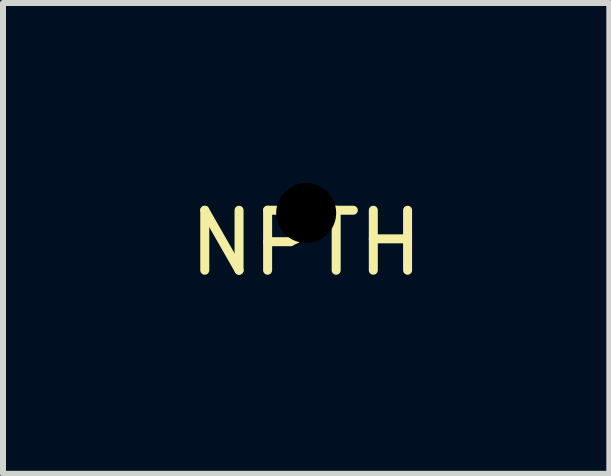
<source format=kicad_pcb>
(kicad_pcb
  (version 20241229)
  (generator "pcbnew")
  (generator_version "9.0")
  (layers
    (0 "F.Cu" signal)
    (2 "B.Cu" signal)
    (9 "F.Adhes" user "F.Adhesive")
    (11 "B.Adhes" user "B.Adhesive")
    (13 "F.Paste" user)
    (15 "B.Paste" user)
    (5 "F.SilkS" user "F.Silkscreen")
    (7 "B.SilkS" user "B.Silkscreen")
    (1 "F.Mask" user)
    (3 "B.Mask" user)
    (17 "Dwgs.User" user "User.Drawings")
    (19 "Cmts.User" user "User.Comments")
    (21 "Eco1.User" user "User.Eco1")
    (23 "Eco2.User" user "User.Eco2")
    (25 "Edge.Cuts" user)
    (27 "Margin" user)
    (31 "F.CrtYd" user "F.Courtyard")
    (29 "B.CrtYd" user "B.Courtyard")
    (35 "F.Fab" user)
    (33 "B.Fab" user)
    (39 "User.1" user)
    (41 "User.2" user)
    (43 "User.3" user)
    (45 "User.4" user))
  (footprint "NPTH"
    (layer "F.Cu")
    (at 2.054 0.5)
    (property "Reference" "NPTH" (at 0 0.5 0) (layer "F.SilkS") (effects (font (size 1 1) (thickness 0.15))))
    (attr through_hole)
    (pad "" np_thru_hole circle (at 0 0) (size 1 1) (drill 1) (layers "*.Mask")))
  (gr_rect
    (start -3 -3)
    (end 7.107 4.848)
    (stroke (width 0.1) (type default))
    (fill no)
    (layer "Edge.Cuts")))
</source>
